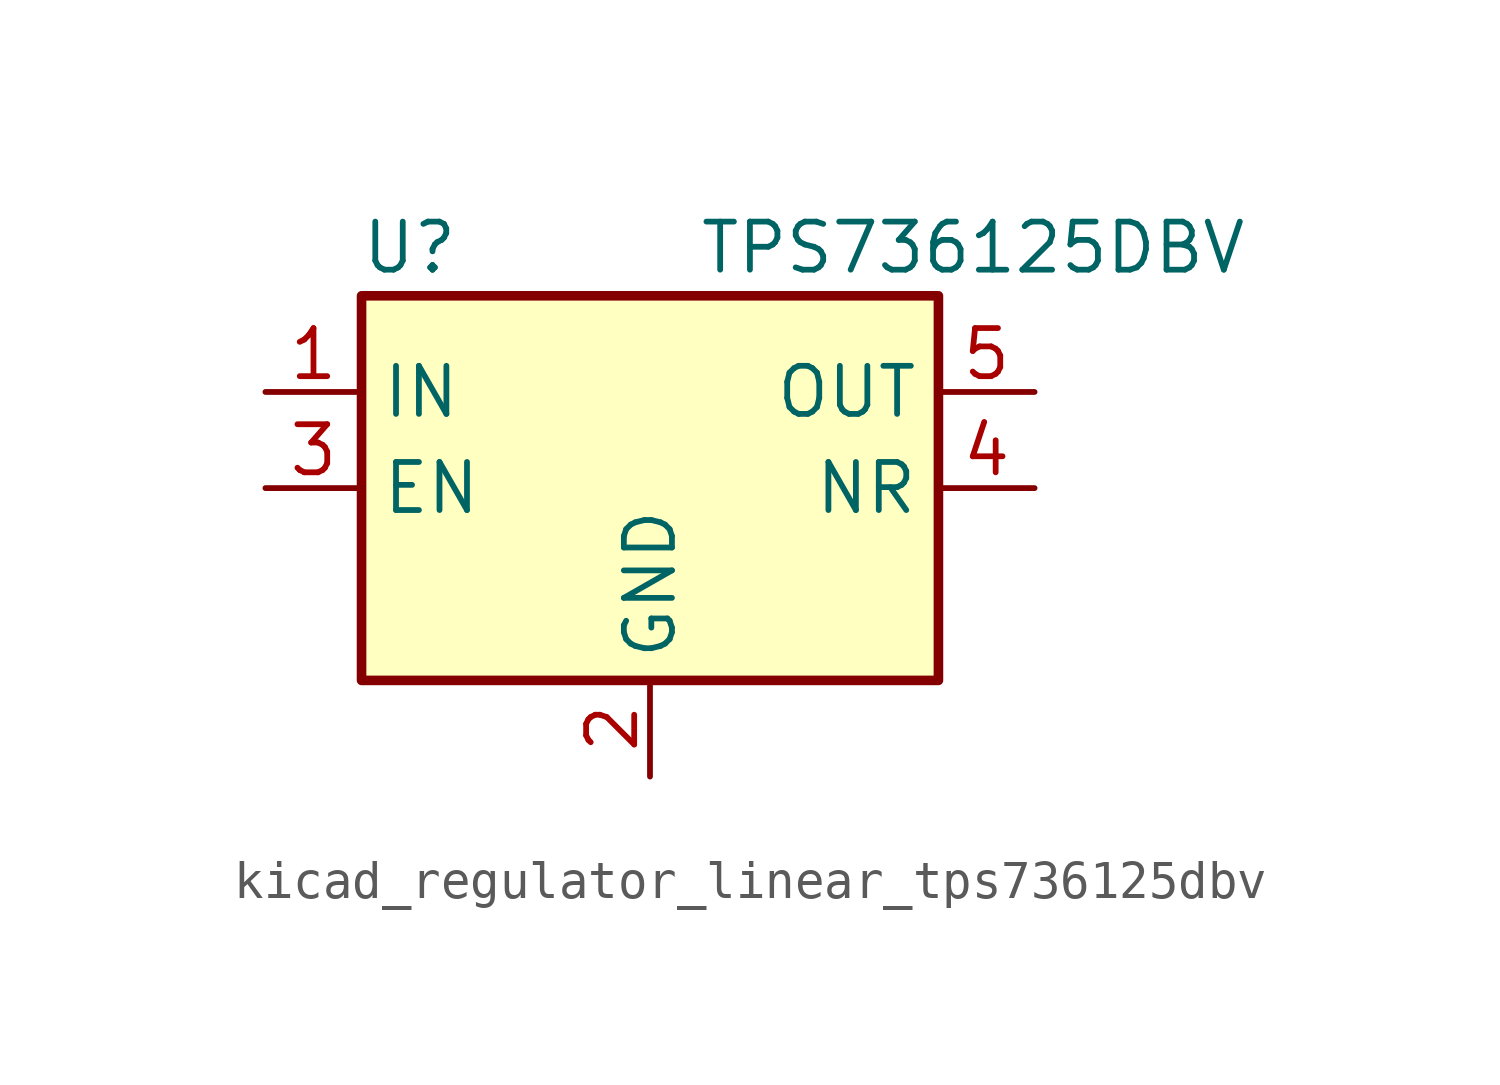
<source format=kicad_sym>
(kicad_symbol_lib
  (version 20220914)
  (generator kicad_symbol_editor)
  (symbol "kicad_regulator_linear_tps736125dbv"
    (property "Reference" "U"
      (at -6.35 6.35 0)
      (effects (font (size 1.27 1.27))))
    (property "Value" "TPS736125DBV"
      (at 1.27 6.35 0)
      (effects (font (size 1.27 1.27)) (justify left)))
    (symbol "kicad_regulator_linear_tps736125dbv_0_1"
      (rectangle (start -7.62 -5.08) (end 7.62 5.08) (stroke (width 0.254) (type default)) (fill (type background))))
    (symbol "kicad_regulator_linear_tps736125dbv_1_1"
      (pin power_in line (at -10.16 2.54 0) (length 2.54) (name "IN" (effects (font (size 1.27 1.27)))) (number "1" (effects (font (size 1.27 1.27)))))
      (pin power_in line (at 0 -7.62 90) (length 2.54) (name "GND" (effects (font (size 1.27 1.27)))) (number "2" (effects (font (size 1.27 1.27)))))
      (pin input line (at -10.16 0 0) (length 2.54) (name "EN" (effects (font (size 1.27 1.27)))) (number "3" (effects (font (size 1.27 1.27)))))
      (pin passive line (at 10.16 0 180) (length 2.54) (name "NR" (effects (font (size 1.27 1.27)))) (number "4" (effects (font (size 1.27 1.27)))))
      (pin power_out line (at 10.16 2.54 180) (length 2.54) (name "OUT" (effects (font (size 1.27 1.27)))) (number "5" (effects (font (size 1.27 1.27))))))))
</source>
